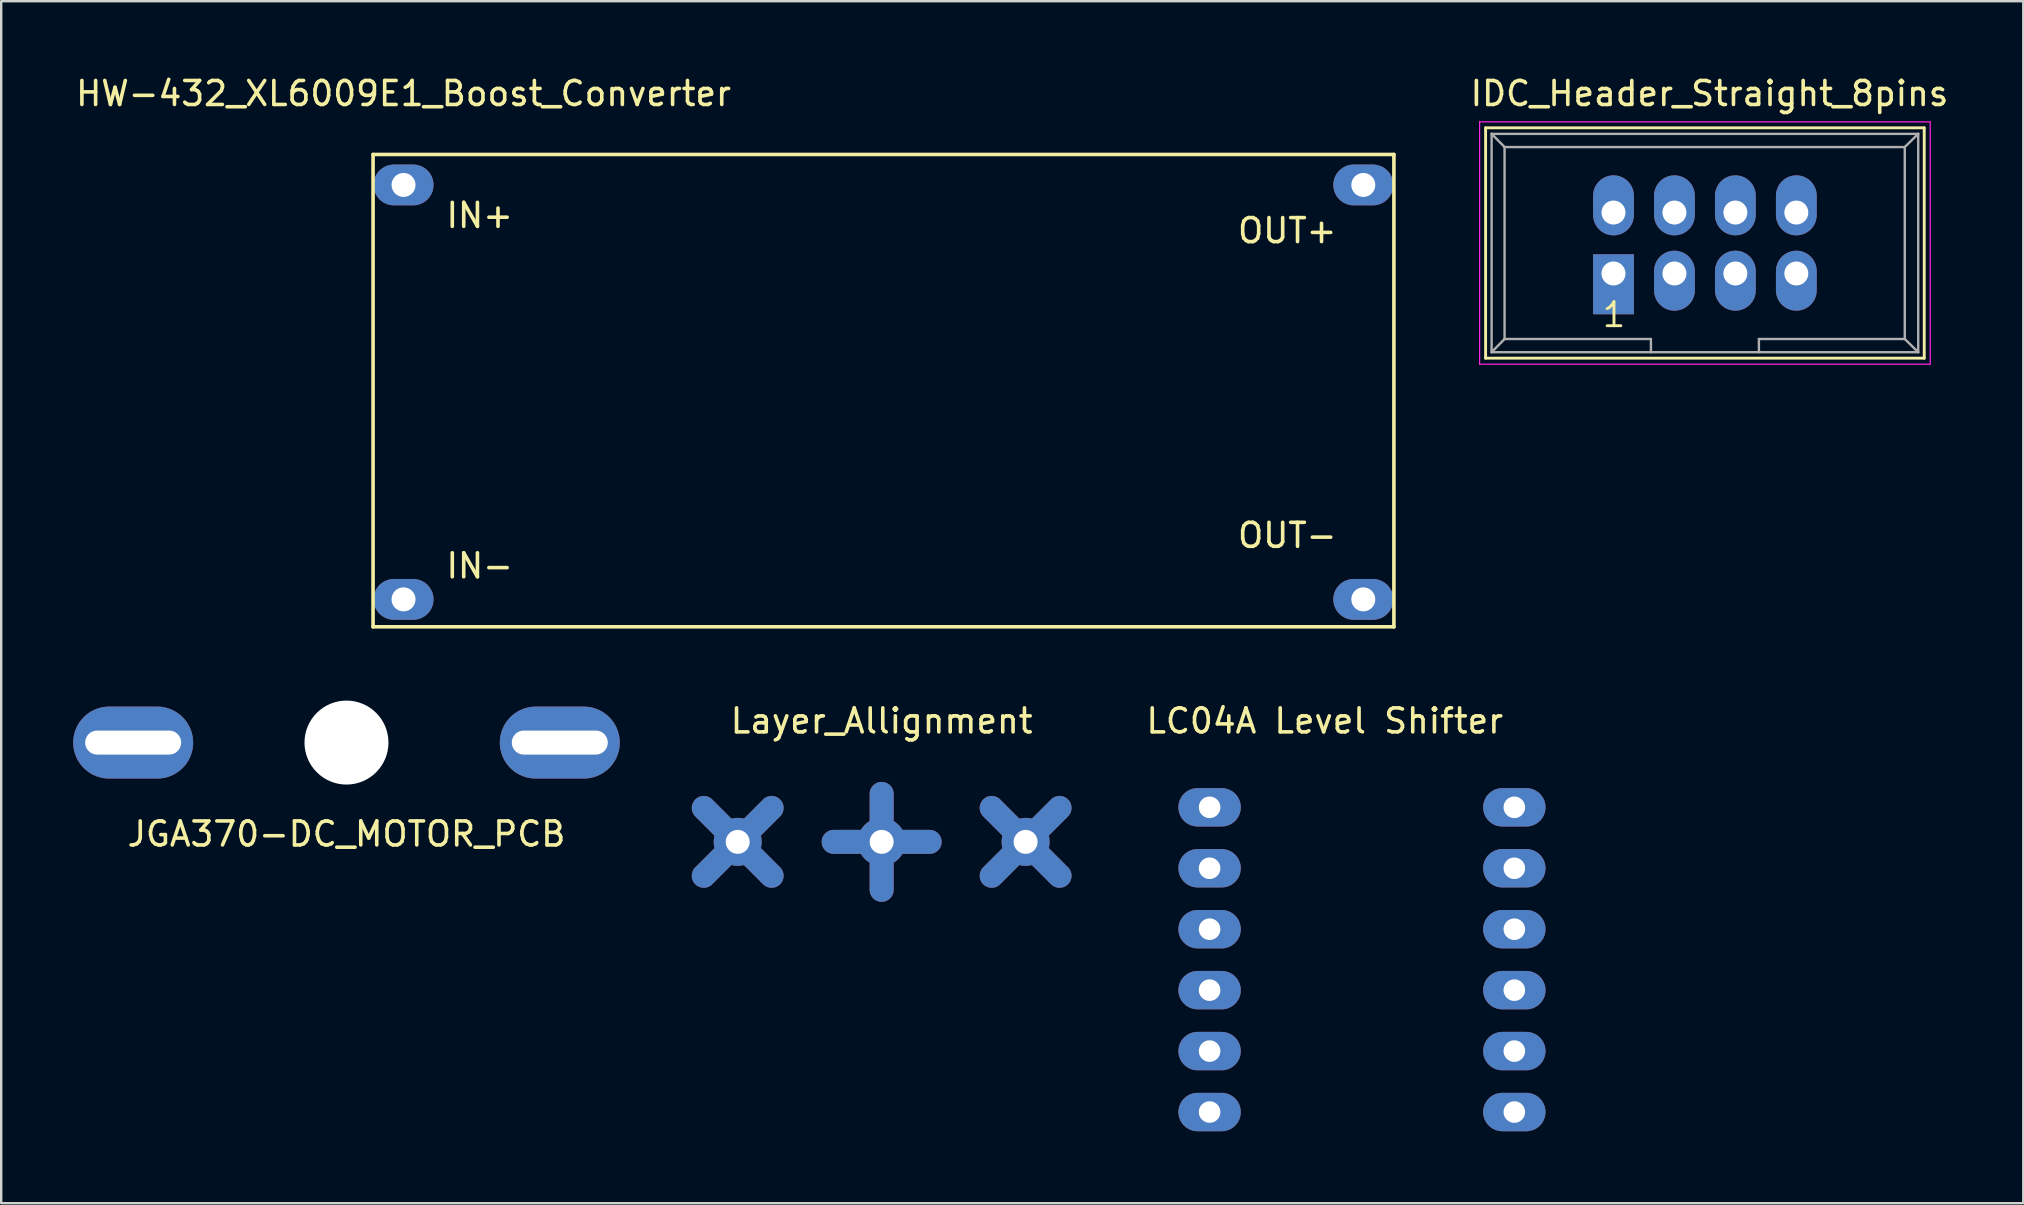
<source format=kicad_pcb>
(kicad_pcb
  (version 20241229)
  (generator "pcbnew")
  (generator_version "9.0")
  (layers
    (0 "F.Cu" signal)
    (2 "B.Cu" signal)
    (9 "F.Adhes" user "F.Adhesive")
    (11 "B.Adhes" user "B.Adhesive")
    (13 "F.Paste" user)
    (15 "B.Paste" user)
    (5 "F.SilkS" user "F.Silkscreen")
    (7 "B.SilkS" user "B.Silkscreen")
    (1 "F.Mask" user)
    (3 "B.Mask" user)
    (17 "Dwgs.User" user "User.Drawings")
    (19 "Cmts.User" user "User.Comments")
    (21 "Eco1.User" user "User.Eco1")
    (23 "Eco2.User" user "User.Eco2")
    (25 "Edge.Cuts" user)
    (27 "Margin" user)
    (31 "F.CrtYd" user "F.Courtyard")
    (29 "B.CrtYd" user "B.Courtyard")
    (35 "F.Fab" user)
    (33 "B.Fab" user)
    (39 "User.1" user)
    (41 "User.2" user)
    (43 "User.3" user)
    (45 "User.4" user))
  (footprint "JGA370-DC_MOTOR_PCB"
    (layer "F.Cu")
    (at 11.39 27.898)
    (property "Reference" "JGA370-DC_MOTOR_PCB" (at 0 3.81 0) (layer "F.SilkS") (effects (font (size 1 1) (thickness 0.15))))
    (attr through_hole)
    (pad "" np_thru_hole circle (at 0 0) (size 3.5 3.5) (drill 3.5) (layers "*.Cu" "*.Mask"))
    (pad "1" thru_hole oval (at -8.89 0) (size 5 3) (drill oval 4 1) (layers "*.Cu" "*.Mask"))
    (pad "2" thru_hole oval (at 8.89 0) (size 5 3) (drill oval 4 1) (layers "*.Cu" "*.Mask")))
  (footprint "Layer_Allignment"
    (layer "F.Cu")
    (at 33.694 32.036)
    (property "Reference" "Layer_Allignment" (at 0 -5.04 0) (layer "F.SilkS") (effects (font (size 1 1) (thickness 0.15))))
    (attr through_hole)
    (fp_line (start -7.414 -1.414) (end -4.586 1.414) (stroke (width 1) (type solid)) (layer "F.Cu"))
    (fp_line (start -7.414 1.414) (end -4.586 -1.414) (stroke (width 1) (type solid)) (layer "F.Cu"))
    (fp_line (start -2 0) (end 2 0) (stroke (width 1) (type solid)) (layer "F.Cu"))
    (fp_line (start 0 -2) (end 0 2) (stroke (width 1) (type solid)) (layer "F.Cu"))
    (fp_line (start 4.586 -1.414) (end 7.414 1.414) (stroke (width 1) (type solid)) (layer "F.Cu"))
    (fp_line (start 4.586 1.414) (end 7.414 -1.414) (stroke (width 1) (type solid)) (layer "F.Cu"))
    (fp_line (start -7.414 -1.414) (end -4.586 1.414) (stroke (width 0.8) (type solid)) (layer "F.Mask"))
    (fp_line (start -7.414 1.414) (end -4.586 -1.414) (stroke (width 0.8) (type solid)) (layer "F.Mask"))
    (fp_line (start -2 0) (end 2 0) (stroke (width 0.8) (type solid)) (layer "F.Mask"))
    (fp_line (start 0 -2) (end 0 2) (stroke (width 0.8) (type solid)) (layer "F.Mask"))
    (fp_line (start 4.586 -1.414) (end 7.414 1.414) (stroke (width 0.8) (type solid)) (layer "F.Mask"))
    (fp_line (start 4.586 1.414) (end 7.414 -1.414) (stroke (width 0.8) (type solid)) (layer "F.Mask"))
    (fp_circle (center -6 0) (end -5.194 -0.806) (stroke (width 0.15) (type solid)) (fill no) (layer "F.Mask"))
    (fp_circle (center 0 0) (end 1.14 0) (stroke (width 0.15) (type solid)) (fill no) (layer "F.Mask"))
    (fp_circle (center 6 0) (end 6.806 -0.806) (stroke (width 0.15) (type solid)) (fill no) (layer "F.Mask"))
    (fp_line (start -7.414 -1.414) (end -4.586 1.414) (stroke (width 1) (type solid)) (layer "B.Cu"))
    (fp_line (start -7.414 1.414) (end -4.586 -1.414) (stroke (width 1) (type solid)) (layer "B.Cu"))
    (fp_line (start -2 0) (end 2 0) (stroke (width 1) (type solid)) (layer "B.Cu"))
    (fp_line (start 0 -2) (end 0 2) (stroke (width 1) (type solid)) (layer "B.Cu"))
    (fp_line (start 4.586 -1.414) (end 7.414 1.414) (stroke (width 1) (type solid)) (layer "B.Cu"))
    (fp_line (start 4.586 1.414) (end 7.414 -1.414) (stroke (width 1) (type solid)) (layer "B.Cu"))
    (fp_line (start -7.414 -1.414) (end -4.586 1.414) (stroke (width 0.8) (type solid)) (layer "B.Mask"))
    (fp_line (start -7.414 1.414) (end -4.586 -1.414) (stroke (width 0.8) (type solid)) (layer "B.Mask"))
    (fp_line (start -2 0) (end 2 0) (stroke (width 0.8) (type solid)) (layer "B.Mask"))
    (fp_line (start 0 -2) (end 0 2) (stroke (width 0.8) (type solid)) (layer "B.Mask"))
    (fp_line (start 4.586 -1.414) (end 7.414 1.414) (stroke (width 0.8) (type solid)) (layer "B.Mask"))
    (fp_line (start 4.586 1.414) (end 7.414 -1.414) (stroke (width 0.8) (type solid)) (layer "B.Mask"))
    (fp_circle (center -6 0) (end -4.869 0.141) (stroke (width 0.15) (type solid)) (fill no) (layer "B.Mask"))
    (fp_circle (center 0 0) (end 0.7 0.9) (stroke (width 0.15) (type solid)) (fill no) (layer "B.Mask"))
    (fp_circle (center 6 0) (end 7.131 0.141) (stroke (width 0.15) (type solid)) (fill no) (layer "B.Mask"))
    (pad "1" thru_hole circle (at -6 0 45) (size 2 2) (drill 1) (layers "*.Cu" "*.Mask"))
    (pad "1" thru_hole circle (at 0 0) (size 2 2) (drill 1) (layers "*.Cu" "*.Mask"))
    (pad "1" thru_hole circle (at 6 0 45) (size 2 2) (drill 1) (layers "*.Cu" "*.Mask")))
  (footprint "IDC_Header_Straight_8pins"
    (layer "F.Cu")
    (at 64.195 8.348)
    (property "Reference" "IDC_Header_Straight_8pins" (at 4 -7.5 0) (layer "F.SilkS") (effects (font (size 1 1) (thickness 0.15))))
    (attr through_hole)
    (fp_line (start -5.33 -6.07) (end 12.95 -6.07) (stroke (width 0.12) (type solid)) (layer "F.SilkS"))
    (fp_line (start -5.33 3.53) (end -5.33 -6.07) (stroke (width 0.12) (type solid)) (layer "F.SilkS"))
    (fp_line (start 12.95 -6.07) (end 12.95 3.53) (stroke (width 0.12) (type solid)) (layer "F.SilkS"))
    (fp_line (start 12.95 3.53) (end -5.33 3.53) (stroke (width 0.12) (type solid)) (layer "F.SilkS"))
    (fp_line (start -5.58 -6.32) (end 13.2 -6.32) (stroke (width 0.05) (type solid)) (layer "F.CrtYd"))
    (fp_line (start -5.58 3.78) (end -5.58 -6.32) (stroke (width 0.05) (type solid)) (layer "F.CrtYd"))
    (fp_line (start 13.2 -6.32) (end 13.2 3.78) (stroke (width 0.05) (type solid)) (layer "F.CrtYd"))
    (fp_line (start 13.2 3.78) (end -5.58 3.78) (stroke (width 0.05) (type solid)) (layer "F.CrtYd"))
    (fp_line (start -5.08 -5.82) (end -5.08 3.28) (stroke (width 0.1) (type solid)) (layer "F.Fab"))
    (fp_line (start -5.08 -5.82) (end -4.54 -5.27) (stroke (width 0.1) (type solid)) (layer "F.Fab"))
    (fp_line (start -5.08 -5.82) (end 12.7 -5.82) (stroke (width 0.1) (type solid)) (layer "F.Fab"))
    (fp_line (start -5.08 3.28) (end -4.54 2.73) (stroke (width 0.1) (type solid)) (layer "F.Fab"))
    (fp_line (start -5.08 3.28) (end 12.7 3.28) (stroke (width 0.1) (type solid)) (layer "F.Fab"))
    (fp_line (start -4.54 -5.27) (end -4.54 2.73) (stroke (width 0.1) (type solid)) (layer "F.Fab"))
    (fp_line (start -4.54 -5.27) (end 12.14 -5.27) (stroke (width 0.1) (type solid)) (layer "F.Fab"))
    (fp_line (start -4.54 2.73) (end 1.56 2.73) (stroke (width 0.1) (type solid)) (layer "F.Fab"))
    (fp_line (start 1.56 2.73) (end 1.56 3.28) (stroke (width 0.1) (type solid)) (layer "F.Fab"))
    (fp_line (start 6.06 2.73) (end 6.06 3.28) (stroke (width 0.1) (type solid)) (layer "F.Fab"))
    (fp_line (start 6.06 2.73) (end 12.14 2.73) (stroke (width 0.1) (type solid)) (layer "F.Fab"))
    (fp_line (start 12.14 -5.27) (end 12.14 2.73) (stroke (width 0.1) (type solid)) (layer "F.Fab"))
    (fp_line (start 12.7 -5.82) (end 12.14 -5.27) (stroke (width 0.1) (type solid)) (layer "F.Fab"))
    (fp_line (start 12.7 -5.82) (end 12.7 3.28) (stroke (width 0.1) (type solid)) (layer "F.Fab"))
    (fp_line (start 12.7 3.28) (end 12.14 2.73) (stroke (width 0.1) (type solid)) (layer "F.Fab"))
    (fp_text user "1" (at 0.02 1.72 0) (layer "F.SilkS") (effects (font (size 1 1) (thickness 0.12))))
    (pad "1" thru_hole rect (at 0 0) (size 1.7 2.5) (drill 1 (offset 0 0.45)) (layers "*.Cu" "*.Mask"))
    (pad "2" thru_hole oval (at 0 -2.54) (size 1.7 2.5) (drill 1 (offset 0 -0.3)) (layers "*.Cu" "*.Mask"))
    (pad "3" thru_hole oval (at 2.54 0) (size 1.7 2.5) (drill 1 (offset 0 0.3)) (layers "*.Cu" "*.Mask"))
    (pad "4" thru_hole oval (at 2.54 -2.54) (size 1.7 2.5) (drill 1 (offset 0 -0.3)) (layers "*.Cu" "*.Mask"))
    (pad "5" thru_hole oval (at 5.08 0) (size 1.7 2.5) (drill 1 (offset 0 0.3)) (layers "*.Cu" "*.Mask"))
    (pad "6" thru_hole oval (at 5.08 -2.54) (size 1.7 2.5) (drill 1 (offset 0 -0.3)) (layers "*.Cu" "*.Mask"))
    (pad "7" thru_hole oval (at 7.62 0) (size 1.7 2.5) (drill 1 (offset 0 0.3)) (layers "*.Cu" "*.Mask"))
    (pad "8" thru_hole oval (at 7.62 -2.54) (size 1.7 2.5) (drill 1 (offset 0 -0.3)) (layers "*.Cu" "*.Mask")))
  (footprint "HW-432_XL6009E1_Boost_Converter"
    (layer "F.Cu")
    (at 13.768 4.658)
    (property "Reference" "HW-432_XL6009E1_Boost_Converter" (at 0 -3.81 0) (layer "F.SilkS") (effects (font (size 1 1) (thickness 0.15))))
    (attr through_hole)
    (fp_line (start -1.27 -1.27) (end -1.27 18.415) (stroke (width 0.15) (type solid)) (layer "F.SilkS"))
    (fp_line (start -1.27 18.415) (end 41.275 18.415) (stroke (width 0.15) (type solid)) (layer "F.SilkS"))
    (fp_line (start 41.275 -1.27) (end -1.27 -1.27) (stroke (width 0.15) (type solid)) (layer "F.SilkS"))
    (fp_line (start 41.275 18.415) (end 41.275 -1.27) (stroke (width 0.15) (type solid)) (layer "F.SilkS"))
    (fp_text user "IN+" (at 3.175 1.27 0) (layer "F.SilkS") (effects (font (size 1 1) (thickness 0.15))))
    (fp_text user "IN-" (at 3.175 15.875 0) (layer "F.SilkS") (effects (font (size 1 1) (thickness 0.15))))
    (fp_text user "OUT-" (at 36.83 14.605 0) (layer "F.SilkS") (effects (font (size 1 1) (thickness 0.15))))
    (fp_text user "OUT+" (at 36.83 1.905 0) (layer "F.SilkS") (effects (font (size 1 1) (thickness 0.15))))
    (pad "1" thru_hole oval (at 0 0) (size 2.5 1.7) (drill 1) (layers "*.Cu" "*.Mask"))
    (pad "2" thru_hole oval (at 0 17.272) (size 2.5 1.7) (drill 1) (layers "*.Cu" "*.Mask"))
    (pad "3" thru_hole oval (at 40 17.272) (size 2.5 1.7) (drill 1) (layers "*.Cu" "*.Mask"))
    (pad "4" thru_hole oval (at 40 0) (size 2.5 1.7) (drill 1) (layers "*.Cu" "*.Mask")))
  (footprint "LC04A Level Shifter"
    (layer "F.Cu")
    (at 47.362 30.596)
    (property "Reference" "LC04A Level Shifter" (at 4.8 -3.6 0) (layer "F.SilkS") (effects (font (size 1 1) (thickness 0.15))))
    (attr through_hole)
    (pad "1" thru_hole oval (at 0 0) (size 2.6 1.6) (drill 0.9) (layers "*.Cu" "*.Mask"))
    (pad "2" thru_hole oval (at 0 2.54) (size 2.6 1.6) (drill 0.9) (layers "*.Cu" "*.Mask"))
    (pad "3" thru_hole oval (at 0 5.08) (size 2.6 1.6) (drill 0.9) (layers "*.Cu" "*.Mask"))
    (pad "4" thru_hole oval (at 0 7.62) (size 2.6 1.6) (drill 0.9) (layers "*.Cu" "*.Mask"))
    (pad "5" thru_hole oval (at 0 10.16) (size 2.6 1.6) (drill 0.9) (layers "*.Cu" "*.Mask"))
    (pad "6" thru_hole oval (at 0 12.7) (size 2.6 1.6) (drill 0.9) (layers "*.Cu" "*.Mask"))
    (pad "7" thru_hole oval (at 12.7 12.7) (size 2.6 1.6) (drill 0.9) (layers "*.Cu" "*.Mask"))
    (pad "8" thru_hole oval (at 12.7 10.16) (size 2.6 1.6) (drill 0.9) (layers "*.Cu" "*.Mask"))
    (pad "9" thru_hole oval (at 12.7 7.62) (size 2.6 1.6) (drill 0.9) (layers "*.Cu" "*.Mask"))
    (pad "10" thru_hole oval (at 12.7 5.08) (size 2.6 1.6) (drill 0.9) (layers "*.Cu" "*.Mask"))
    (pad "11" thru_hole oval (at 12.7 2.54) (size 2.6 1.6) (drill 0.9) (layers "*.Cu" "*.Mask"))
    (pad "12" thru_hole oval (at 12.7 0) (size 2.6 1.6) (drill 0.9) (layers "*.Cu" "*.Mask")))
  (gr_rect
    (start -3 -3)
    (end 81.273 47.096)
    (stroke (width 0.1) (type default))
    (fill no)
    (layer "Edge.Cuts")))
</source>
